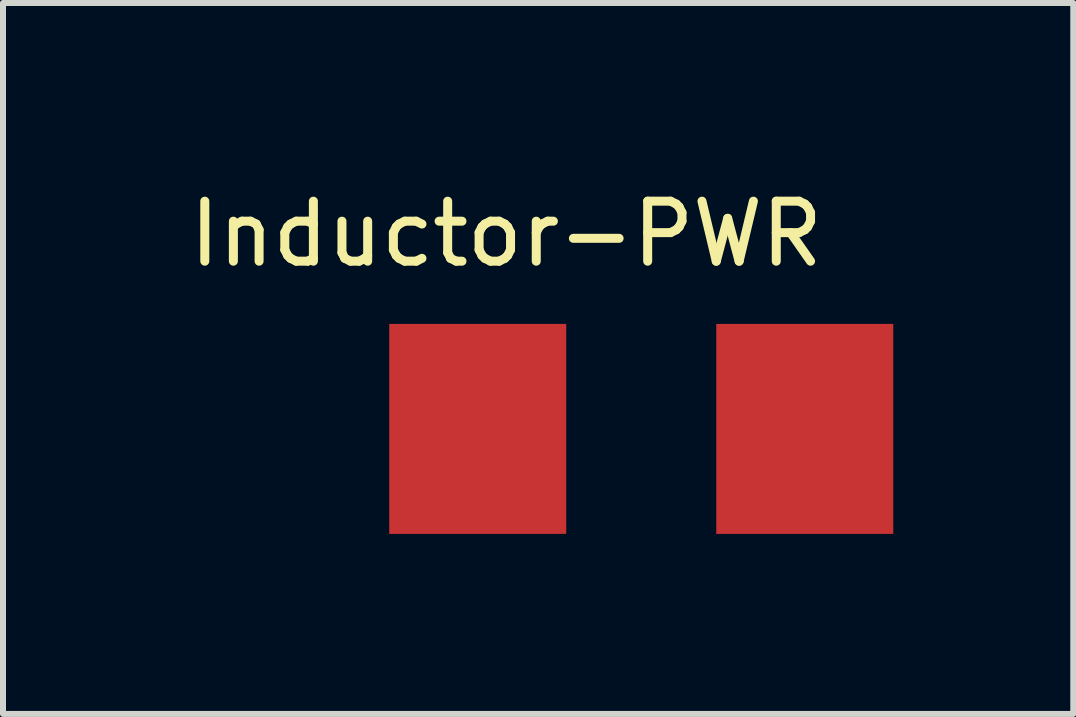
<source format=kicad_pcb>
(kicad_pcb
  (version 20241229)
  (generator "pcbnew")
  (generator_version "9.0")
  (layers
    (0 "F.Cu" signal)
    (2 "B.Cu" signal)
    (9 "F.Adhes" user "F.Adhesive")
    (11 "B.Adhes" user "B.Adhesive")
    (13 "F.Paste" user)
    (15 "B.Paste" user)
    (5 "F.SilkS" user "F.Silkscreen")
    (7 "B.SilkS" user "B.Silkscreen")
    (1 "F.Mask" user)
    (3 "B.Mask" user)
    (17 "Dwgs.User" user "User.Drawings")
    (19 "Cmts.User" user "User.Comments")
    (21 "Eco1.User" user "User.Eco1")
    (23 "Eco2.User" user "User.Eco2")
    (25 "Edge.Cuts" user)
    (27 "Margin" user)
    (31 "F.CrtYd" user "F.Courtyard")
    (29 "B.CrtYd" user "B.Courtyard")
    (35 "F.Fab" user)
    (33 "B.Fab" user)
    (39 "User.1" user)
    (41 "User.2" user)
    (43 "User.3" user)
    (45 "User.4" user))
  (footprint "Inductor-PWR"
    (layer "F.Cu")
    (at 7.637 4.098)
    (property "Reference" "Inductor-PWR" (at -2.25 -3.25 0) (layer "F.SilkS") (effects (font (size 1 1) (thickness 0.15))))
    (attr through_hole)
    (pad "1" smd rect (at -2.725 0) (size 2.95 3.5) (layers "F.Cu" "F.Mask" "F.Paste"))
    (pad "2" smd rect (at 2.725 0) (size 2.95 3.5) (layers "F.Cu" "F.Mask" "F.Paste")))
  (gr_rect
    (start -3 -3)
    (end 14.837 8.848)
    (stroke (width 0.1) (type default))
    (fill no)
    (layer "Edge.Cuts")))
</source>
